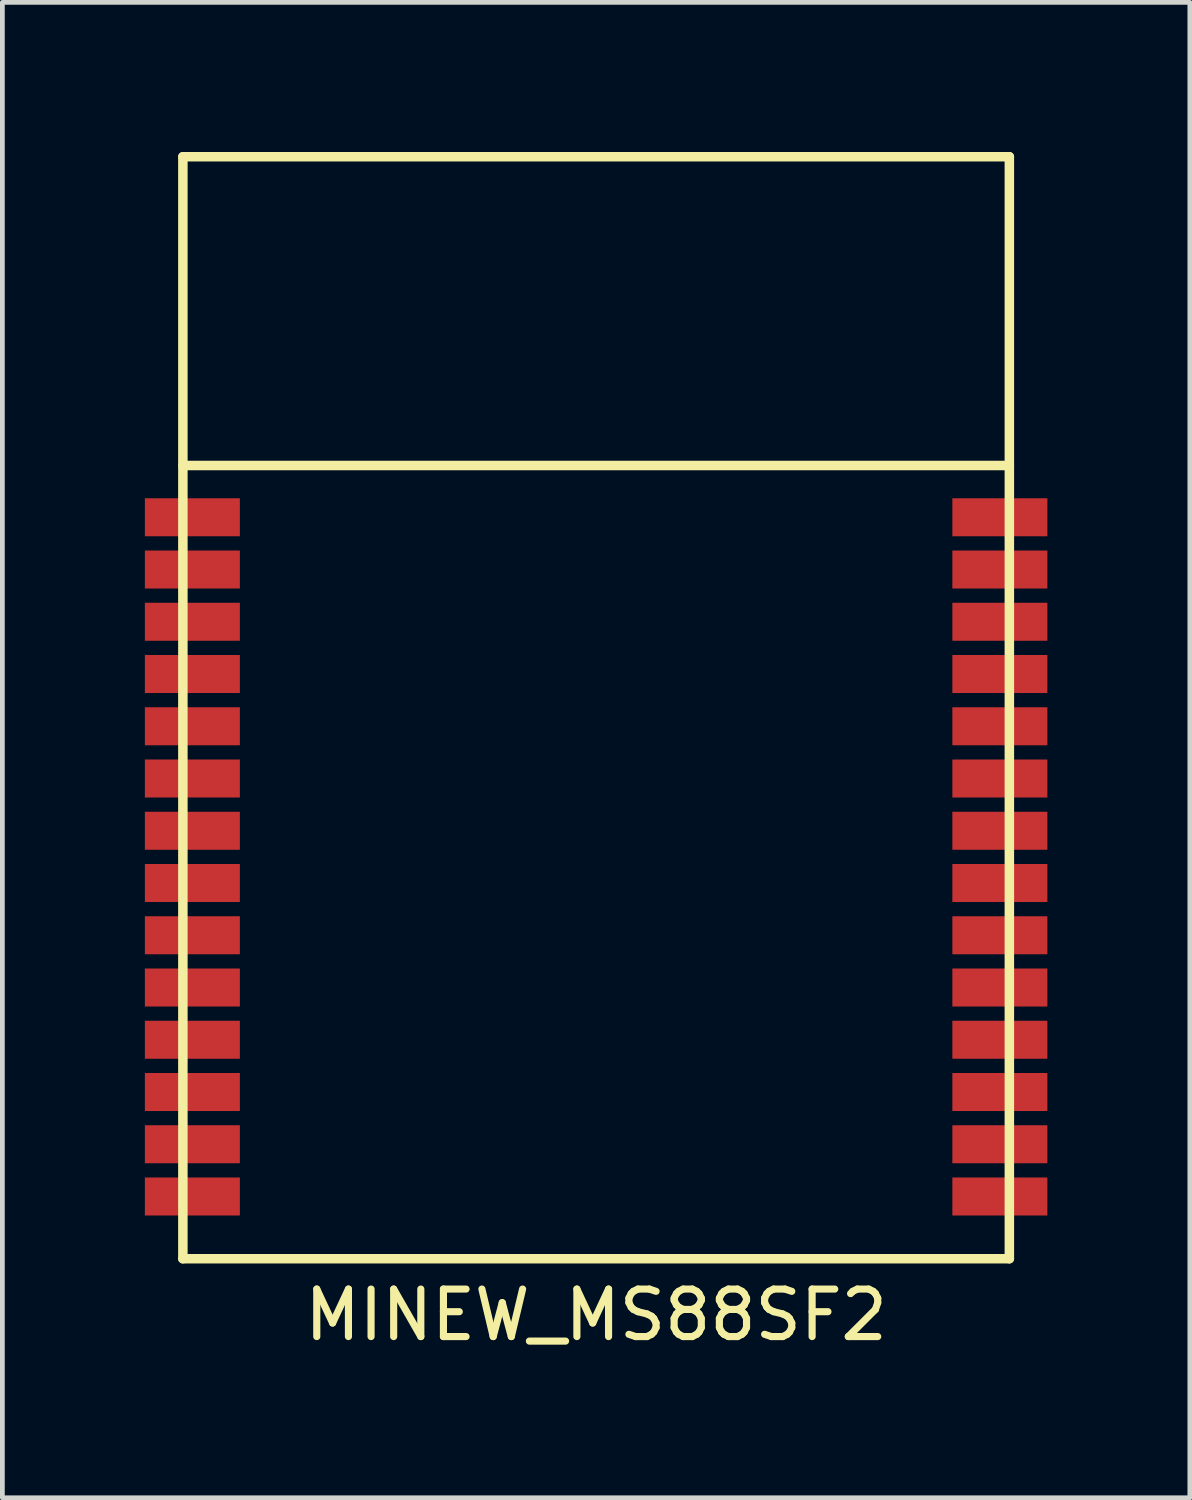
<source format=kicad_pcb>
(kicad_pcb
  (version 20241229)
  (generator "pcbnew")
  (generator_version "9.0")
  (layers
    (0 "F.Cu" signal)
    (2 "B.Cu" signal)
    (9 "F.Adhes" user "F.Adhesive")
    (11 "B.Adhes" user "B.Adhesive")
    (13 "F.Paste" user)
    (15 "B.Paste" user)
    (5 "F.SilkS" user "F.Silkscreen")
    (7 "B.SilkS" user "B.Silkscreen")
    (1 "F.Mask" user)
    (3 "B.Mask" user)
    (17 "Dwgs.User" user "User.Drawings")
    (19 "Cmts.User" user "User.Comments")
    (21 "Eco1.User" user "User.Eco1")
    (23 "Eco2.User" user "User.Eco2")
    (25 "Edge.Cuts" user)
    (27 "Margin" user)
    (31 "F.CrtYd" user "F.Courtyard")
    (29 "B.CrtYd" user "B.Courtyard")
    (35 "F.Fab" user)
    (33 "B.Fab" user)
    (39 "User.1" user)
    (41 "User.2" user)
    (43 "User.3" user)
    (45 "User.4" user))
  (footprint "MINEW_MS88SF2"
    (layer "F.Cu")
    (at 9.5 0.25)
    (property "Reference" "MINEW_MS88SF2" (at 0 24.384 0) (layer "F.SilkS") (effects (font (size 1 1) (thickness 0.15))))
    (attr through_hole)
    (fp_line (start -8.7 0) (end 8.7 0) (stroke (width 0.2) (type solid)) (layer "F.SilkS"))
    (fp_line (start -8.7 6.5) (end 8.7 6.5) (stroke (width 0.2) (type solid)) (layer "F.SilkS"))
    (fp_line (start -8.7 23.2) (end -8.7 0) (stroke (width 0.2) (type solid)) (layer "F.SilkS"))
    (fp_line (start 8.7 0) (end 8.7 23.2) (stroke (width 0.2) (type solid)) (layer "F.SilkS"))
    (fp_line (start 8.7 23.2) (end -8.7 23.2) (stroke (width 0.2) (type solid)) (layer "F.SilkS"))
    (pad "1" smd rect (at -8.5 7.59) (size 2 0.8) (layers "F.Cu" "F.Mask" "F.Paste"))
    (pad "2" smd rect (at -8.5 8.69) (size 2 0.8) (layers "F.Cu" "F.Mask" "F.Paste"))
    (pad "3" smd rect (at -8.5 9.79) (size 2 0.8) (layers "F.Cu" "F.Mask" "F.Paste"))
    (pad "4" smd rect (at -8.5 10.89) (size 2 0.8) (layers "F.Cu" "F.Mask" "F.Paste"))
    (pad "5" smd rect (at -8.5 11.99) (size 2 0.8) (layers "F.Cu" "F.Mask" "F.Paste"))
    (pad "6" smd rect (at -8.5 13.09) (size 2 0.8) (layers "F.Cu" "F.Mask" "F.Paste"))
    (pad "7" smd rect (at -8.5 14.19) (size 2 0.8) (layers "F.Cu" "F.Mask" "F.Paste"))
    (pad "8" smd rect (at -8.5 15.29) (size 2 0.8) (layers "F.Cu" "F.Mask" "F.Paste"))
    (pad "9" smd rect (at -8.5 16.39) (size 2 0.8) (layers "F.Cu" "F.Mask" "F.Paste"))
    (pad "10" smd rect (at -8.5 17.49) (size 2 0.8) (layers "F.Cu" "F.Mask" "F.Paste"))
    (pad "11" smd rect (at -8.5 18.59) (size 2 0.8) (layers "F.Cu" "F.Mask" "F.Paste"))
    (pad "12" smd rect (at -8.5 19.69) (size 2 0.8) (layers "F.Cu" "F.Mask" "F.Paste"))
    (pad "13" smd rect (at -8.5 20.79) (size 2 0.8) (layers "F.Cu" "F.Mask" "F.Paste"))
    (pad "14" smd rect (at -8.5 21.89) (size 2 0.8) (layers "F.Cu" "F.Mask" "F.Paste"))
    (pad "15" smd rect (at 8.5 21.89) (size 2 0.8) (layers "F.Cu" "F.Mask" "F.Paste"))
    (pad "16" smd rect (at 8.5 20.79) (size 2 0.8) (layers "F.Cu" "F.Mask" "F.Paste"))
    (pad "17" smd rect (at 8.5 19.69) (size 2 0.8) (layers "F.Cu" "F.Mask" "F.Paste"))
    (pad "18" smd rect (at 8.5 18.59) (size 2 0.8) (layers "F.Cu" "F.Mask" "F.Paste"))
    (pad "19" smd rect (at 8.5 17.49) (size 2 0.8) (layers "F.Cu" "F.Mask" "F.Paste"))
    (pad "20" smd rect (at 8.5 16.39) (size 2 0.8) (layers "F.Cu" "F.Mask" "F.Paste"))
    (pad "21" smd rect (at 8.5 15.29) (size 2 0.8) (layers "F.Cu" "F.Mask" "F.Paste"))
    (pad "22" smd rect (at 8.5 14.19) (size 2 0.8) (layers "F.Cu" "F.Mask" "F.Paste"))
    (pad "23" smd rect (at 8.5 13.09) (size 2 0.8) (layers "F.Cu" "F.Mask" "F.Paste"))
    (pad "24" smd rect (at 8.5 11.99) (size 2 0.8) (layers "F.Cu" "F.Mask" "F.Paste"))
    (pad "25" smd rect (at 8.5 10.89) (size 2 0.8) (layers "F.Cu" "F.Mask" "F.Paste"))
    (pad "26" smd rect (at 8.5 9.79) (size 2 0.8) (layers "F.Cu" "F.Mask" "F.Paste"))
    (pad "27" smd rect (at 8.5 8.69) (size 2 0.8) (layers "F.Cu" "F.Mask" "F.Paste"))
    (pad "28" smd rect (at 8.5 7.59) (size 2 0.8) (layers "F.Cu" "F.Mask" "F.Paste")))
  (gr_rect
    (start -3 -3)
    (end 22 28.482)
    (stroke (width 0.1) (type default))
    (fill no)
    (layer "Edge.Cuts")))
</source>
